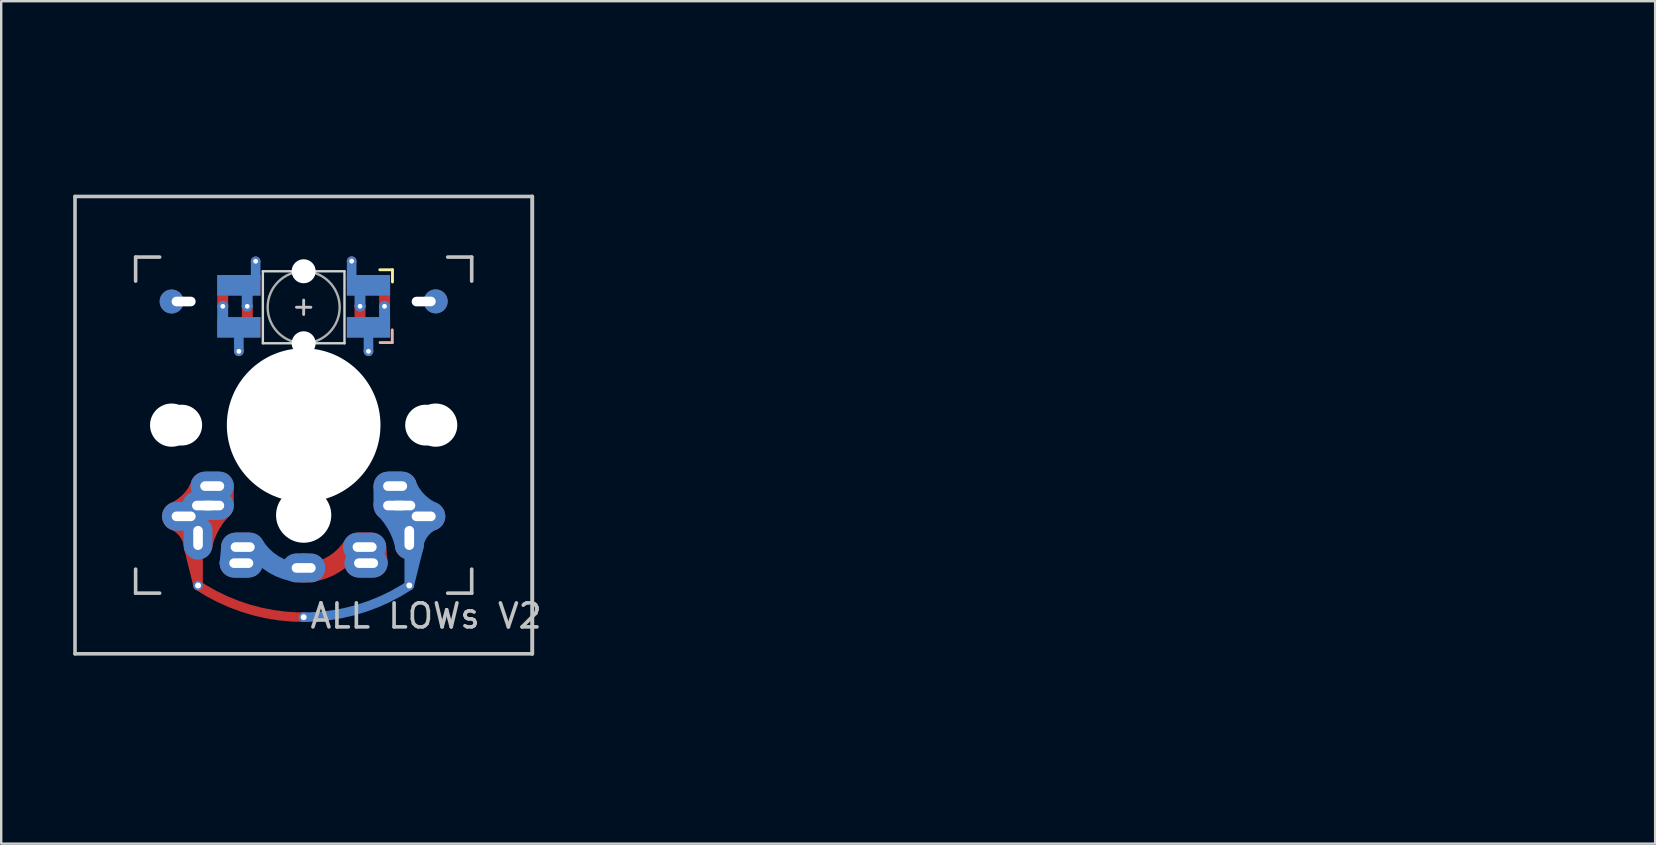
<source format=kicad_pcb>
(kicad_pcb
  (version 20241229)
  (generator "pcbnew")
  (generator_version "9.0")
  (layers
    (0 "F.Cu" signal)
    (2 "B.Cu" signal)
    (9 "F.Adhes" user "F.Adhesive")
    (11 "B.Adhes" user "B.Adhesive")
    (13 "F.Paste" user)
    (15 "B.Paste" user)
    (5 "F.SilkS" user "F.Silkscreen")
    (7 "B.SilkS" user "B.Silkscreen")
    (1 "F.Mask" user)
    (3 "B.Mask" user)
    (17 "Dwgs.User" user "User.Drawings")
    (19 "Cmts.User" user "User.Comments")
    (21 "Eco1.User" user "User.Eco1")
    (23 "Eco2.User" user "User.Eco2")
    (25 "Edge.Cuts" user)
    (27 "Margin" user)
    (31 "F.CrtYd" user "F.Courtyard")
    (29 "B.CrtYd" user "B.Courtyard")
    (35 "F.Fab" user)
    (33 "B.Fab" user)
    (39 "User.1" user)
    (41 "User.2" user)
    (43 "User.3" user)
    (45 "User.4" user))
  (footprint "ALL LOWs V2"
    (layer "F.Cu")
    (at 9.6 14.66)
    (property "Reference" "ALL LOWs V2" (at 5.1 7.95 180) (layer "Dwgs.User") (effects (font (size 1 1) (thickness 0.15))))
    (attr through_hole)
    (fp_poly (pts (xy -3.55 -6.2) (xy -1.85 -6.2) (xy -1.85 -5.45) (xy -3.55 -5.45)) (stroke (width 0.1) (type solid)) (fill yes) (layer "F.Mask"))
    (fp_poly (pts (xy -3.55 -4.45) (xy -1.85 -4.45) (xy -1.85 -3.7) (xy -3.55 -3.7)) (stroke (width 0.1) (type solid)) (fill yes) (layer "F.Mask"))
    (fp_poly (pts (xy 1.85 -4.45) (xy 3.55 -4.45) (xy 3.55 -3.7) (xy 1.85 -3.7)) (stroke (width 0.1) (type solid)) (fill yes) (layer "F.Mask"))
    (fp_poly (pts (xy 1.85 -6.2) (xy 3.13 -6.2) (xy 3.55 -5.78) (xy 3.55 -5.45) (xy 1.85 -5.45)) (stroke (width 0.1) (type solid)) (fill yes) (layer "F.Mask"))
    (fp_poly (pts (xy -3.55 -6.2) (xy -1.85 -6.2) (xy -1.85 -5.45) (xy -3.55 -5.45)) (stroke (width 0.1) (type solid)) (fill yes) (layer "B.Mask"))
    (fp_poly (pts (xy -3.55 -4.45) (xy -1.85 -4.45) (xy -1.85 -3.7) (xy -3.55 -3.7)) (stroke (width 0.1) (type solid)) (fill yes) (layer "B.Mask"))
    (fp_poly (pts (xy 1.85 -6.2) (xy 3.55 -6.2) (xy 3.55 -5.45) (xy 1.85 -5.45)) (stroke (width 0.1) (type solid)) (fill yes) (layer "B.Mask"))
    (fp_poly (pts (xy 1.85 -4.45) (xy 3.55 -4.45) (xy 3.55 -4.133) (xy 3.143 -3.7) (xy 1.85 -3.7)) (stroke (width 0.1) (type solid)) (fill yes) (layer "B.Mask"))
    (fp_line (start 3.7 -6.471) (end 3.172 -6.471) (stroke (width 0.12) (type solid)) (layer "F.SilkS"))
    (fp_line (start 3.7 -5.963) (end 3.7 -6.471) (stroke (width 0.12) (type solid)) (layer "F.SilkS"))
    (fp_line (start 3.183 -3.439) (end 3.691 -3.439) (stroke (width 0.12) (type solid)) (layer "B.SilkS"))
    (fp_line (start 3.691 -3.439) (end 3.691 -3.967) (stroke (width 0.12) (type solid)) (layer "B.SilkS"))
    (fp_line (start -9.525 -9.525) (end 9.525 -9.525) (stroke (width 0.15) (type solid)) (layer "Dwgs.User"))
    (fp_line (start -9.525 9.525) (end -9.525 -9.525) (stroke (width 0.15) (type solid)) (layer "Dwgs.User"))
    (fp_line (start -7 -7) (end -6 -7) (stroke (width 0.15) (type solid)) (layer "Dwgs.User"))
    (fp_line (start -7 -6) (end -7 -7) (stroke (width 0.15) (type solid)) (layer "Dwgs.User"))
    (fp_line (start -7 7) (end -7 6) (stroke (width 0.15) (type solid)) (layer "Dwgs.User"))
    (fp_line (start -6 7) (end -7 7) (stroke (width 0.15) (type solid)) (layer "Dwgs.User"))
    (fp_line (start -0.3 -4.91) (end 0.3 -4.91) (stroke (width 0.12) (type solid)) (layer "Dwgs.User"))
    (fp_line (start 0 -4.61) (end 0 -5.21) (stroke (width 0.12) (type solid)) (layer "Dwgs.User"))
    (fp_line (start 6 7) (end 7 7) (stroke (width 0.15) (type solid)) (layer "Dwgs.User"))
    (fp_line (start 7 -7) (end 6 -7) (stroke (width 0.15) (type solid)) (layer "Dwgs.User"))
    (fp_line (start 7 -6) (end 7 -7) (stroke (width 0.15) (type solid)) (layer "Dwgs.User"))
    (fp_line (start 7 7) (end 7 6) (stroke (width 0.15) (type solid)) (layer "Dwgs.User"))
    (fp_line (start 9.525 -9.525) (end 9.525 9.525) (stroke (width 0.15) (type solid)) (layer "Dwgs.User"))
    (fp_line (start 9.525 9.525) (end -9.525 9.525) (stroke (width 0.15) (type solid)) (layer "Dwgs.User"))
    (fp_line (start 9.525 9.525) (end 9.525 -9.525) (stroke (width 0.15) (type solid)) (layer "Dwgs.User"))
    (fp_line (start -1.7 -6.41) (end -1.7 -3.41) (stroke (width 0.1) (type solid)) (layer "Edge.Cuts"))
    (fp_line (start 1.7 -6.41) (end -1.7 -6.41) (stroke (width 0.1) (type solid)) (layer "Edge.Cuts"))
    (fp_line (start 1.7 -3.41) (end -1.7 -3.41) (stroke (width 0.1) (type solid)) (layer "Edge.Cuts"))
    (fp_line (start 1.7 -3.41) (end 1.7 -6.41) (stroke (width 0.1) (type solid)) (layer "Edge.Cuts"))
    (fp_circle (center 0 -4.91) (end 0 -6.41) (stroke (width 0.1) (type solid)) (fill no) (layer "F.Fab"))
    (fp_line (start -2.61 5.73) (end 2.54 11.43) (stroke (width 0.12) (type default)) (layer "User.1"))
    (fp_line (start 2.54 11.43) (end 4.4 4.73) (stroke (width 0.12) (type default)) (layer "User.1"))
    (fp_line (start -0.03 5.93) (end 11.43 0) (stroke (width 0.12) (type default)) (layer "User.2"))
    (fp_line (start 5.35 -11.66) (end 4.96 -5.13) (stroke (width 0.12) (type default)) (layer "User.2"))
    (fp_line (start 11.43 0) (end 5.15 3.9) (stroke (width 0.12) (type default)) (layer "User.2"))
    (fp_line (start 4.52 3.21) (end 11.11 -2.72) (stroke (width 0.12) (type default)) (layer "User.4"))
    (fp_line (start 11.11 -2.72) (end -0.13 5.88) (stroke (width 0.12) (type default)) (layer "User.4"))
    (fp_line (start 11.55 8.13) (end 0 5.93) (stroke (width 0.12) (type default)) (layer "User.6"))
    (fp_line (start 11.55 8.13) (end 3.48 3.24) (stroke (width 0.12) (type default)) (layer "User.6"))
    (fp_line (start 3.85 2.49) (end 10.8 3.76) (stroke (width 0.12) (type default)) (layer "User.9"))
    (fp_line (start 10.855 3.785) (end -2.51 5.05) (stroke (width 0.12) (type default)) (layer "User.9"))
    (fp_text user "GateronLowProfile (KS-27)" (at -5.08 12.7 0) (unlocked yes) (layer "User.1") (effects (font (size 1 1) (thickness 0.15)) (justify left bottom)))
    (fp_text user "4.4X, 4.7Y (90rot)  | -2.6X, 5.75Y" (at -5.23 14.19 0) (unlocked yes) (layer "User.1") (effects (font (size 1 1) (thickness 0.15)) (justify left bottom)))
    (fp_text user "Kailh Choc V1 (PG1350) & V2  (PG1353)" (at 11.46 0.43 0) (unlocked yes) (layer "User.2") (effects (font (size 1 1) (thickness 0.15)) (justify left bottom)))
    (fp_text user "Kailh Choc V2 Only" (at 4.92 -13.21 0) (unlocked yes) (layer "User.2") (effects (font (size 1 1) (thickness 0.15)) (justify left bottom)))
    (fp_text user "5X, -5.15Y" (at 5.12 -11.83 0) (unlocked yes) (layer "User.2") (effects (font (size 1 1) (thickness 0.15)) (justify left bottom)))
    (fp_text user "Y3.8 X5 - Y5.9 X0" (at 11.56 1.96 0) (unlocked yes) (layer "User.2") (effects (font (size 1 1) (thickness 0.15)) (justify left bottom)))
    (fp_text user "Cherry MX Low profile" (at 11.24 -5.46 0) (unlocked yes) (layer "User.4") (effects (font (size 1 1) (thickness 0.15)) (justify left bottom)))
    (fp_text user "0X, -6Y, | 4.15X, -3.35Y" (at 11.18 -2.58 0) (unlocked yes) (layer "User.4") (effects (font (size 1 1) (thickness 0.15)) (justify left bottom)))
    (fp_text user "& TTC Low Profile (KS32)" (at 11.24 -3.92 0) (unlocked yes) (layer "User.4") (effects (font (size 1 1) (thickness 0.15)) (justify left bottom)))
    (fp_text user "0X, -6Y | 3.81X, 3.35Y" (at 11.39 10.01 0) (unlocked yes) (layer "User.6") (effects (font (size 1 1) (thickness 0.15)) (justify left bottom)))
    (fp_text user "RedDragon MX Low profile (No datasheet - best gues" (at 11.48 8.6 0) (unlocked yes) (layer "User.6") (effects (font (size 1 1) (thickness 0.15)) (justify left bottom)))
    (fp_text user "3.81X, 2.54Y | -2.54X, 5.08Y" (at 11.31 5.79 0) (unlocked yes) (layer "User.9") (effects (font (size 1 1) (thickness 0.15)) (justify left bottom)))
    (fp_text user "MX Origional (full size)" (at 11.15 4.16 0) (unlocked yes) (layer "User.9") (effects (font (size 1 1) (thickness 0.15)) (justify left bottom)))
    (pad "" np_thru_hole circle (at -5.5 0 90) (size 1.8 1.8) (drill 1.8) (layers "*.Cu" "*.Mask"))
    (pad "" np_thru_hole circle (at -5.08 0) (size 1.7 1.7) (drill 1.7) (layers "*.Cu" "*.Mask"))
    (pad "" np_thru_hole oval (at -5 -5.15) (size 1 1) (drill oval 1 0.4 (offset -0.5 0)) (layers "*.Cu" "F.Mask"))
    (pad "" np_thru_hole circle (at 0 -6.41 180) (size 1 1) (drill 1) (layers "*.Cu" "*.Mask"))
    (pad "" np_thru_hole circle (at 0 -3.41 180) (size 1 1) (drill 1) (layers "*.Cu" "*.Mask"))
    (pad "" np_thru_hole circle (at 0 0 90) (size 6.4 6.4) (drill 6.4) (layers "*.Cu" "*.Mask"))
    (pad "" np_thru_hole circle (at 0 3.75 270) (size 2.3 2.3) (drill 2.3) (layers "*.Cu" "*.Mask"))
    (pad "" np_thru_hole oval (at 5 -5.15 0.5) (size 1 1) (drill oval 1 0.4 (offset 0.5 0)) (layers "*.Cu" "B.Mask"))
    (pad "" np_thru_hole circle (at 5.08 0) (size 1.7 1.7) (drill 1.7) (layers "*.Cu" "*.Mask"))
    (pad "" np_thru_hole circle (at 5.5 0 90) (size 1.8 1.8) (drill 1.8) (layers "*.Cu" "*.Mask"))
    (pad "1" thru_hole oval (at -5 3.8) (size 1.8 1.2) (drill oval 1 0.4) (layers "*.Cu" "F.Mask"))
    (pad "1" thru_hole oval (at -4.4 4.7 90) (size 1.8 1.2) (drill oval 1 0.4) (layers "*.Cu" "F.Mask"))
    (pad "1" thru_hole circle (at -4.4 6.68) (size 0.4 0.4) (drill 0.25) (layers "*.Cu" "*.Mask"))
    (pad "1" thru_hole oval (at -4.15 3.35 180) (size 1.8 1.2) (drill oval 1 0.4) (layers "*.Cu" "F.Mask"))
    (pad "1" smd custom (at -3.81 2.54) (size 1 1) (layers "F.Cu" "F.Mask") (options (anchor circle)) (primitives (gr_arc (start -0.48 -0.08) (mid -0.91576 0.607412) (end -1.582624 1.074009) (width 0.8)) (gr_arc (start -1.554274 1.43912) (mid -1.016846 1.886054) (end -0.77 2.54) (width 0.8)) (gr_arc (start -0.408314 2.525508) (mid -0.099385 1.683728) (end 0.43 0.96) (width 0.8)) (gr_poly (pts (xy 0.9 0) (xy 0.9 0.81) (xy 0.01 1.86) (xy 0.01 2.46) (xy -0.59 3.06) (xy -1.19 1.86) (xy -1.49 1.86) (xy -2.09 1.26) (xy -1.49 0.66) (xy -1.19 0.66) (xy -0.9 0) (xy -0.3 -0.6) (xy 0.3 -0.6)) (width 0) (fill yes))))
    (pad "1" thru_hole oval (at -3.81 2.54 180) (size 1.8 1.2) (drill oval 1 0.4) (layers "*.Cu" "F.Mask"))
    (pad "1" thru_hole oval (at -3.81 3.35) (size 1.8 1.2) (drill oval 1 0.4) (layers "*.Cu" "F.Mask"))
    (pad "1" smd custom (at -2.7 -5.825) (size 1.8 0.85) (layers "B.Cu") (options (anchor rect)) (primitives (gr_poly (pts (xy 0.525 0.896) (xy 0.169 0.896) (xy 0.169 0.325) (xy 0.525 0.325)) (width 0.1) (fill yes))))
    (pad "1" smd custom (at -2.7 -4.075) (size 1.8 0.85) (layers "F.Cu") (options (anchor rect)) (primitives (gr_poly (pts (xy 0.531 -0.275) (xy 0.175 -0.275) (xy 0.175 -0.898) (xy 0.531 -0.898)) (width 0.1) (fill yes))))
    (pad "1" thru_hole circle (at -2.35 -4.95 180) (size 0.45 0.45) (drill 0.2) (layers "*.Cu"))
    (pad "1" thru_hole circle (at -2 -6.825) (size 0.4 0.4) (drill 0.2) (layers "*.Cu"))
    (pad "1" smd rect (at -2 -6.43) (size 0.4 0.8) (layers "B.Cu"))
    (pad "1" thru_hole circle (at 0 8) (size 0.4 0.4) (drill 0.25) (layers "*.Cu" "*.Mask"))
    (pad "1" smd custom (at 0 8) (size 0.4 0.4) (layers "F.Cu") (options (anchor circle)) (primitives (gr_arc (start 0 0) (mid -2.295027 -0.336264) (end -4.397121 -1.316788) (width 0.4)) (gr_line (start -4.395 -1.315) (end -4.785 -2.885) (width 0.4)) (gr_line (start -4.4 -3.3) (end -4.4 -1.32) (width 0.4))))
    (pad "1" smd custom (at 0 8) (size 0.4 0.4) (layers "B.Cu") (options (anchor circle)) (primitives (gr_arc (start 4.397121 -1.316788) (mid 2.295027 -0.336264) (end 0 0) (width 0.4)) (gr_line (start 4.785 -2.885) (end 4.395 -1.315) (width 0.4)) (gr_line (start 4.4 -1.32) (end 4.4 -3.3) (width 0.4))))
    (pad "1" smd custom (at 3.81 2.54) (size 1 1) (layers "B.Cu" "B.Mask") (options (anchor circle)) (primitives (gr_arc (start 1.582624 1.074009) (mid 0.91576 0.607412) (end 0.48 -0.08) (width 0.8)) (gr_arc (start 0.77 2.54) (mid 1.016846 1.886054) (end 1.554274 1.43912) (width 0.8)) (gr_arc (start -0.43 0.96) (mid 0.099385 1.683728) (end 0.408314 2.525508) (width 0.8)) (gr_poly (pts (xy -0.9 0) (xy -0.9 0.81) (xy -0.01 1.86) (xy -0.01 2.46) (xy 0.59 3.06) (xy 1.19 1.86) (xy 1.49 1.86) (xy 2.09 1.26) (xy 1.49 0.66) (xy 1.19 0.66) (xy 0.9 0) (xy 0.3 -0.6) (xy -0.3 -0.6)) (width 0) (fill yes))))
    (pad "1" thru_hole oval (at 3.81 2.54 180) (size 1.8 1.2) (drill oval 1 0.4) (layers "*.Cu" "B.Mask"))
    (pad "1" thru_hole oval (at 3.81 3.35) (size 1.8 1.2) (drill oval 1 0.4) (layers "*.Cu" "B.Mask"))
    (pad "1" thru_hole oval (at 4.15 3.35 180) (size 1.8 1.2) (drill oval 1 0.4) (layers "*.Cu" "B.Mask"))
    (pad "1" thru_hole oval (at 4.4 4.7 90) (size 1.8 1.2) (drill oval 1 0.4) (layers "*.Cu" "B.Mask"))
    (pad "1" thru_hole circle (at 4.4 6.68) (size 0.4 0.4) (drill 0.25) (layers "*.Cu" "*.Mask"))
    (pad "1" thru_hole oval (at 5 3.8) (size 1.8 1.2) (drill oval 1 0.4) (layers "*.Cu" "B.Mask"))
    (pad "2" thru_hole circle (at -3.368 -4.95 180) (size 0.45 0.45) (drill 0.2) (layers "*.Cu"))
    (pad "2" smd custom (at -2.7 -5.825 180) (size 1.8 0.85) (layers "F.Cu") (options (anchor rect)) (primitives (gr_poly (pts (xy 0.85 -0.296) (xy 0.495 -0.296) (xy 0.495 -0.869) (xy 0.85 -0.869)) (width 0.1) (fill yes))))
    (pad "2" smd custom (at -2.7 -4.075 180) (size 1.8 0.85) (layers "B.Cu") (options (anchor rect)) (primitives (gr_poly (pts (xy 0.85 0.888) (xy 0.495 0.888) (xy 0.495 0.325) (xy 0.85 0.325)) (width 0.1) (fill yes))))
    (pad "2" smd rect (at -2.7 -3.46 180) (size 0.4 0.8) (layers "B.Cu"))
    (pad "2" thru_hole circle (at -2.7 -3.075 180) (size 0.4 0.4) (drill 0.2) (layers "*.Cu"))
    (pad "2" smd custom (at -2.6 5.75 180) (size 1 1) (layers "B.Cu" "B.Mask") (options (anchor rect)) (primitives (gr_poly (pts (xy 0.84 0.67) (xy 0.9 0) (xy 0.3 -0.6) (xy -0.3 -0.6) (xy -0.9 0) (xy -0.96 0.67) (xy -0.36 1.27) (xy 0.24 1.27)) (width 0) (fill yes))))
    (pad "2" thru_hole oval (at -2.6 5.75 180) (size 1.8 1.2) (drill oval 1 0.4) (layers "*.Cu" "B.Mask"))
    (pad "2" thru_hole oval (at -2.54 5.08 180) (size 1.8 1.2) (drill oval 1 0.4) (layers "*.Cu" "B.Mask"))
    (pad "2" smd custom (at 0 5.95 180) (size 1.2 1.2) (layers "F.Cu") (options (anchor circle)) (primitives (gr_arc (start -2.004538 0.88018) (mid -1.134126 0.084851) (end 0.01 -0.199999) (width 0.8))))
    (pad "2" smd custom (at 0 5.95 180) (size 1.2 1.2) (layers "B.Cu") (options (anchor circle)) (primitives (gr_arc (start -0.01 -0.199999) (mid 1.134126 0.084851) (end 2.004538 0.88018) (width 0.8))))
    (pad "2" thru_hole oval (at 0 5.95) (size 1.8 1.2) (drill oval 1 0.4) (layers "*.Cu" "*.Mask"))
    (pad "2" thru_hole oval (at 2.54 5.08 180) (size 1.8 1.2) (drill oval 1 0.4) (layers "*.Cu" "F.Mask"))
    (pad "2" smd custom (at 2.6 5.75 180) (size 1 1) (layers "F.Cu" "F.Mask") (options (anchor rect)) (primitives (gr_poly (pts (xy -0.84 0.67) (xy -0.9 0) (xy -0.3 -0.6) (xy 0.3 -0.6) (xy 0.9 0) (xy 0.96 0.67) (xy 0.36 1.27) (xy -0.24 1.27)) (width 0) (fill yes))))
    (pad "2" thru_hole oval (at 2.6 5.75 180) (size 1.8 1.2) (drill oval 1 0.4) (layers "*.Cu" "F.Mask"))
    (pad "3" smd custom (at 2.7 -5.825 180) (size 1.8 0.85) (layers "F.Cu") (options (anchor rect)) (primitives (gr_poly (pts (xy -0.494 -0.354) (xy -0.85 -0.354) (xy -0.85 -0.887) (xy -0.494 -0.887)) (width 0.1) (fill yes))))
    (pad "3" smd custom (at 2.7 -4.075 180) (size 1.8 0.85) (layers "B.Cu") (options (anchor rect)) (primitives (gr_poly (pts (xy -0.49 0.888) (xy -0.846 0.888) (xy -0.85 0.325) (xy -0.494 0.325)) (width 0.1) (fill yes))))
    (pad "3" smd rect (at 2.7 -3.46 180) (size 0.4 0.8) (layers "B.Cu"))
    (pad "3" thru_hole circle (at 2.7 -3.075 180) (size 0.4 0.4) (drill 0.2) (layers "*.Cu"))
    (pad "3" thru_hole circle (at 3.368 -4.95 180) (size 0.45 0.45) (drill 0.2) (layers "*.Cu"))
    (pad "4" thru_hole circle (at 2 -6.83) (size 0.4 0.4) (drill 0.2) (layers "*.Cu"))
    (pad "4" smd rect (at 2 -6.43) (size 0.4 0.8) (layers "B.Cu"))
    (pad "4" thru_hole circle (at 2.35 -4.95 180) (size 0.45 0.45) (drill 0.2) (layers "*.Cu"))
    (pad "4" smd custom (at 2.7 -5.825) (size 1.8 0.85) (layers "B.Cu") (options (anchor rect)) (primitives (gr_poly (pts (xy -0.175 0.886) (xy -0.531 0.886) (xy -0.531 0.175) (xy -0.175 0.175)) (width 0.1) (fill yes))))
    (pad "4" smd custom (at 2.7 -4.075) (size 1.8 0.85) (layers "F.Cu") (options (anchor rect)) (primitives (gr_poly (pts (xy -0.175 -0.175) (xy -0.531 -0.178) (xy -0.531 -0.903) (xy -0.175 -0.906)) (width 0.1) (fill yes)))))
  (gr_rect
    (start -3 -3)
    (end 65.901 32.096)
    (stroke (width 0.1) (type default))
    (fill no)
    (layer "Edge.Cuts")))
</source>
